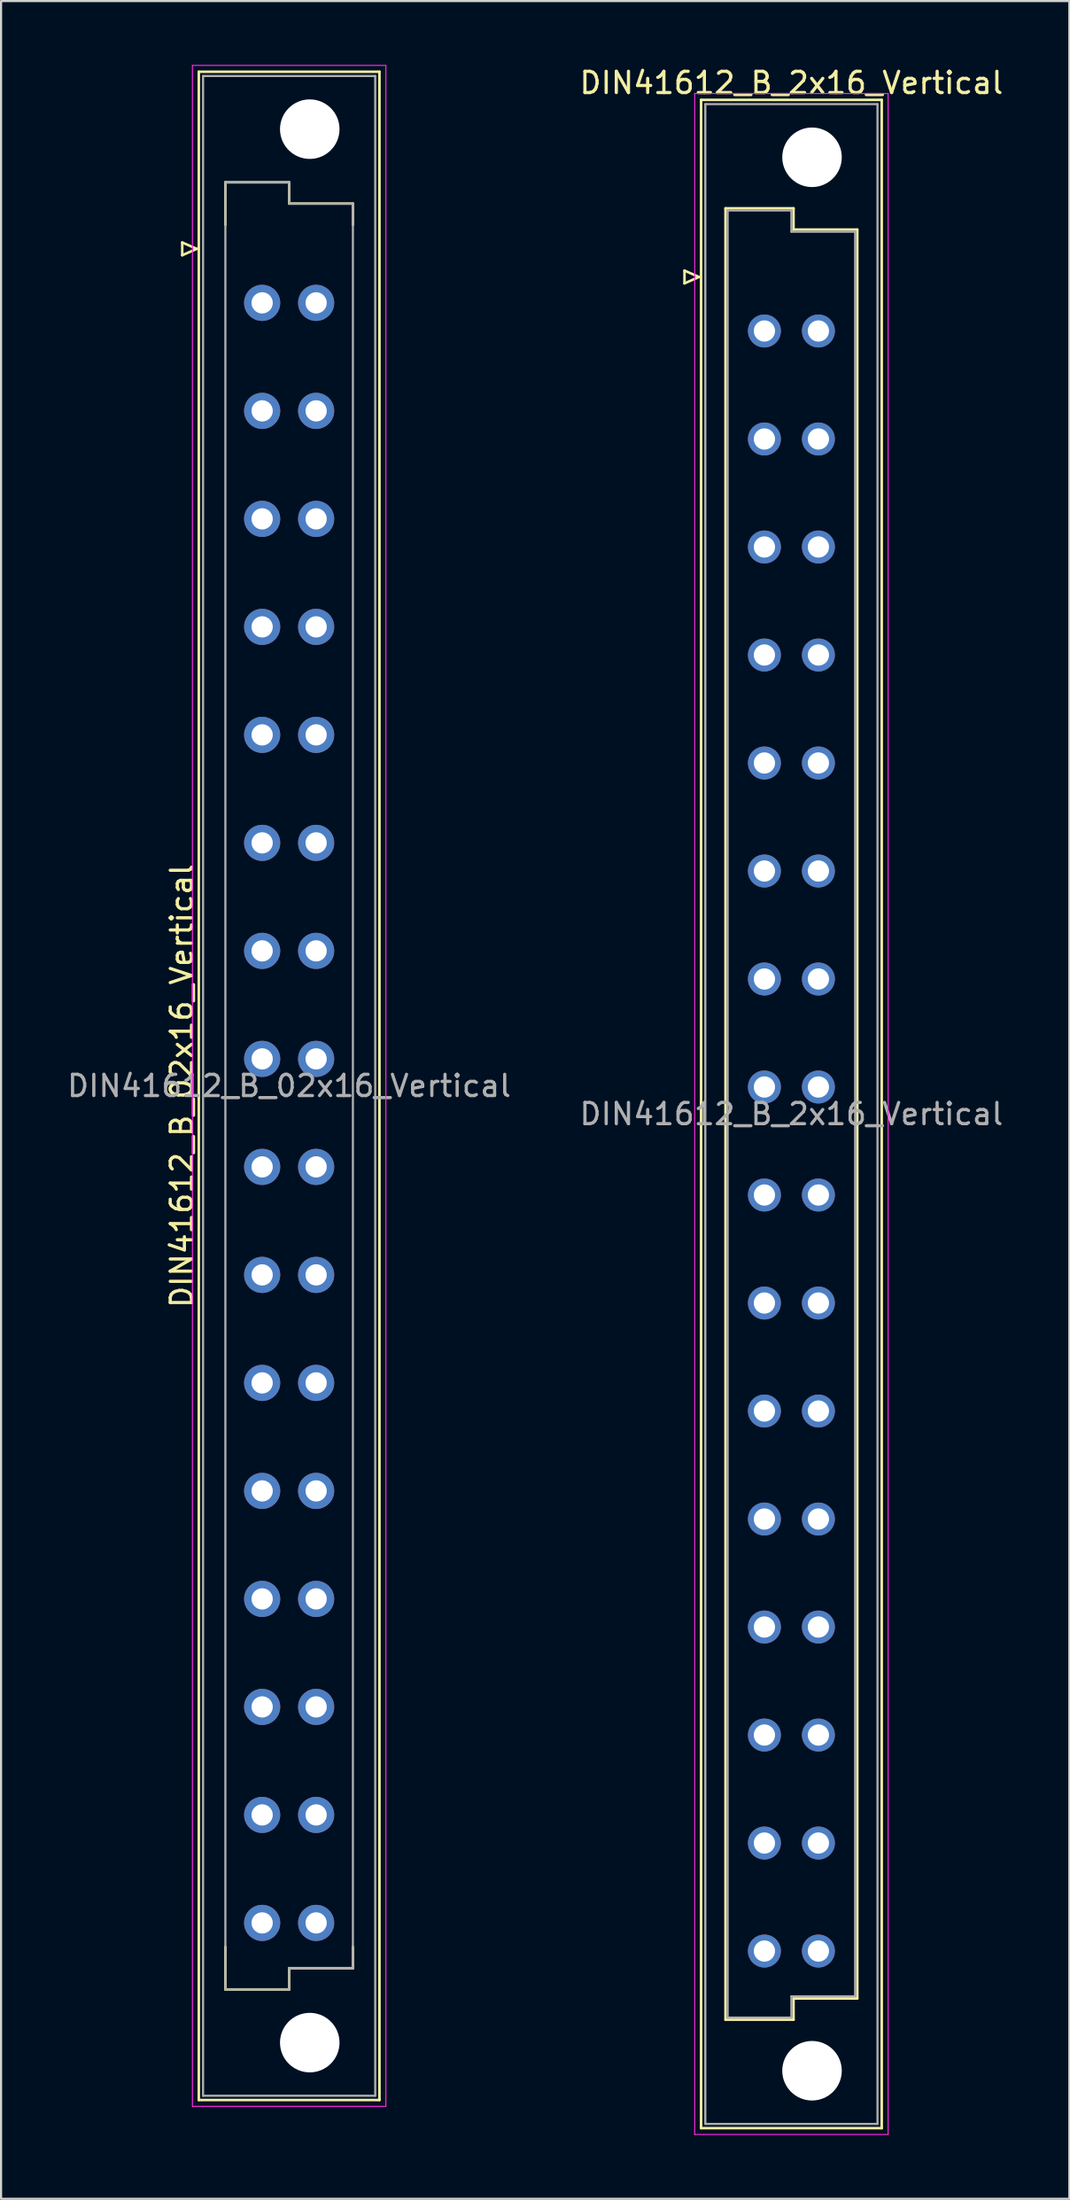
<source format=kicad_pcb>
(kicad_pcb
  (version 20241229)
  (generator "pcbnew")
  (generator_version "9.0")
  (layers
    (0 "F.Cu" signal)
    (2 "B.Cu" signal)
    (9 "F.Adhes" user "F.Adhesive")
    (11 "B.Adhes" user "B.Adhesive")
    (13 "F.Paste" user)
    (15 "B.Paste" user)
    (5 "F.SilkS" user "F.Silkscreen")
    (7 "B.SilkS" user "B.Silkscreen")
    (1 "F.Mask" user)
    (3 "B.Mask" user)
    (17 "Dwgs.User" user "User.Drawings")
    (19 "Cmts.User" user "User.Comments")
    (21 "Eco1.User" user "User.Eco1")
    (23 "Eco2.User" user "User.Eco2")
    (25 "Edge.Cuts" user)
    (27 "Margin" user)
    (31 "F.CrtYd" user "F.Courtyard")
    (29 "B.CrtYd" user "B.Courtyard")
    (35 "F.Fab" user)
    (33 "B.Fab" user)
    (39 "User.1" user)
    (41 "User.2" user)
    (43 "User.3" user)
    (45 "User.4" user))
  (footprint "DIN41612_B_2x16_Vertical"
    (layer "F.Cu")
    (at 32.915 9.978)
    (property "Reference" "DIN41612_B_2x16_Vertical" (at 1.27 -9.13 0) (layer "F.SilkS") (effects (font (size 1 1) (thickness 0.15))))
    (attr through_hole)
    (fp_line (start -3.76 -0.3) (end -3.76 0.3) (stroke (width 0.12) (type solid)) (layer "F.SilkS"))
    (fp_line (start -3.76 0.3) (end -3.08 0) (stroke (width 0.12) (type solid)) (layer "F.SilkS"))
    (fp_line (start -3.08 0) (end -3.76 -0.3) (stroke (width 0.12) (type solid)) (layer "F.SilkS"))
    (fp_line (start -2.98 -8.33) (end 5.52 -8.33) (stroke (width 0.12) (type solid)) (layer "F.SilkS"))
    (fp_line (start -2.98 87.07) (end -2.98 -8.33) (stroke (width 0.12) (type solid)) (layer "F.SilkS"))
    (fp_line (start -1.83 -3.23) (end 1.37 -3.23) (stroke (width 0.12) (type solid)) (layer "F.SilkS"))
    (fp_line (start -1.83 81.97) (end -1.83 -3.23) (stroke (width 0.12) (type solid)) (layer "F.SilkS"))
    (fp_line (start 1.37 -3.23) (end 1.37 -2.23) (stroke (width 0.12) (type solid)) (layer "F.SilkS"))
    (fp_line (start 1.37 -2.23) (end 4.37 -2.23) (stroke (width 0.12) (type solid)) (layer "F.SilkS"))
    (fp_line (start 1.37 80.97) (end 1.37 81.97) (stroke (width 0.12) (type solid)) (layer "F.SilkS"))
    (fp_line (start 1.37 81.97) (end -1.83 81.97) (stroke (width 0.12) (type solid)) (layer "F.SilkS"))
    (fp_line (start 4.37 -2.23) (end 4.37 80.97) (stroke (width 0.12) (type solid)) (layer "F.SilkS"))
    (fp_line (start 4.37 80.97) (end 1.37 80.97) (stroke (width 0.12) (type solid)) (layer "F.SilkS"))
    (fp_line (start 5.52 -8.33) (end 5.52 87.07) (stroke (width 0.12) (type solid)) (layer "F.SilkS"))
    (fp_line (start 5.52 87.07) (end -2.98 87.07) (stroke (width 0.12) (type solid)) (layer "F.SilkS"))
    (fp_line (start -3.28 -8.63) (end 5.82 -8.63) (stroke (width 0.05) (type solid)) (layer "F.CrtYd"))
    (fp_line (start -3.28 87.37) (end -3.28 -8.63) (stroke (width 0.05) (type solid)) (layer "F.CrtYd"))
    (fp_line (start 5.82 -8.63) (end 5.82 87.37) (stroke (width 0.05) (type solid)) (layer "F.CrtYd"))
    (fp_line (start 5.82 87.37) (end -3.28 87.37) (stroke (width 0.05) (type solid)) (layer "F.CrtYd"))
    (fp_line (start -2.78 -8.13) (end 5.32 -8.13) (stroke (width 0.1) (type solid)) (layer "F.Fab"))
    (fp_line (start -2.78 86.87) (end -2.78 -8.13) (stroke (width 0.1) (type solid)) (layer "F.Fab"))
    (fp_line (start -1.73 -3.13) (end 1.27 -3.13) (stroke (width 0.1) (type solid)) (layer "F.Fab"))
    (fp_line (start -1.73 81.87) (end -1.73 -3.13) (stroke (width 0.1) (type solid)) (layer "F.Fab"))
    (fp_line (start 1.27 -3.13) (end 1.27 -2.13) (stroke (width 0.1) (type solid)) (layer "F.Fab"))
    (fp_line (start 1.27 -2.13) (end 4.27 -2.13) (stroke (width 0.1) (type solid)) (layer "F.Fab"))
    (fp_line (start 1.27 80.87) (end 1.27 81.87) (stroke (width 0.1) (type solid)) (layer "F.Fab"))
    (fp_line (start 1.27 81.87) (end -1.73 81.87) (stroke (width 0.1) (type solid)) (layer "F.Fab"))
    (fp_line (start 4.27 -2.13) (end 4.27 80.87) (stroke (width 0.1) (type solid)) (layer "F.Fab"))
    (fp_line (start 4.27 80.87) (end 1.27 80.87) (stroke (width 0.1) (type solid)) (layer "F.Fab"))
    (fp_line (start 5.32 -8.13) (end 5.32 86.87) (stroke (width 0.1) (type solid)) (layer "F.Fab"))
    (fp_line (start 5.32 86.87) (end -2.78 86.87) (stroke (width 0.1) (type solid)) (layer "F.Fab"))
    (fp_text user "${REFERENCE}" (at 1.27 39.37 0) (layer "F.Fab") (effects (font (size 1 1) (thickness 0.15))))
    (pad "" np_thru_hole circle (at 2.24 -5.63) (size 2.8 2.8) (drill 2.8) (layers "*.Cu" "*.Mask"))
    (pad "" np_thru_hole circle (at 2.24 84.37) (size 2.8 2.8) (drill 2.8) (layers "*.Cu" "*.Mask"))
    (pad "a2" thru_hole circle (at 0 2.54) (size 1.55 1.55) (drill 1) (layers "*.Cu" "*.Mask"))
    (pad "a4" thru_hole circle (at 0 7.62) (size 1.55 1.55) (drill 1) (layers "*.Cu" "*.Mask"))
    (pad "a6" thru_hole circle (at 0 12.7) (size 1.55 1.55) (drill 1) (layers "*.Cu" "*.Mask"))
    (pad "a8" thru_hole circle (at 0 17.78) (size 1.55 1.55) (drill 1) (layers "*.Cu" "*.Mask"))
    (pad "a10" thru_hole circle (at 0 22.86) (size 1.55 1.55) (drill 1) (layers "*.Cu" "*.Mask"))
    (pad "a12" thru_hole circle (at 0 27.94) (size 1.55 1.55) (drill 1) (layers "*.Cu" "*.Mask"))
    (pad "a14" thru_hole circle (at 0 33.02) (size 1.55 1.55) (drill 1) (layers "*.Cu" "*.Mask"))
    (pad "a16" thru_hole circle (at 0 38.1) (size 1.55 1.55) (drill 1) (layers "*.Cu" "*.Mask"))
    (pad "a18" thru_hole circle (at 0 43.18) (size 1.55 1.55) (drill 1) (layers "*.Cu" "*.Mask"))
    (pad "a20" thru_hole circle (at 0 48.26) (size 1.55 1.55) (drill 1) (layers "*.Cu" "*.Mask"))
    (pad "a22" thru_hole circle (at 0 53.34) (size 1.55 1.55) (drill 1) (layers "*.Cu" "*.Mask"))
    (pad "a24" thru_hole circle (at 0 58.42) (size 1.55 1.55) (drill 1) (layers "*.Cu" "*.Mask"))
    (pad "a26" thru_hole circle (at 0 63.5) (size 1.55 1.55) (drill 1) (layers "*.Cu" "*.Mask"))
    (pad "a28" thru_hole circle (at 0 68.58) (size 1.55 1.55) (drill 1) (layers "*.Cu" "*.Mask"))
    (pad "a30" thru_hole circle (at 0 73.66) (size 1.55 1.55) (drill 1) (layers "*.Cu" "*.Mask"))
    (pad "a32" thru_hole circle (at 0 78.74) (size 1.55 1.55) (drill 1) (layers "*.Cu" "*.Mask"))
    (pad "b2" thru_hole circle (at 2.54 2.54) (size 1.55 1.55) (drill 1) (layers "*.Cu" "*.Mask"))
    (pad "b4" thru_hole circle (at 2.54 7.62) (size 1.55 1.55) (drill 1) (layers "*.Cu" "*.Mask"))
    (pad "b6" thru_hole circle (at 2.54 12.7) (size 1.55 1.55) (drill 1) (layers "*.Cu" "*.Mask"))
    (pad "b8" thru_hole circle (at 2.54 17.78) (size 1.55 1.55) (drill 1) (layers "*.Cu" "*.Mask"))
    (pad "b10" thru_hole circle (at 2.54 22.86) (size 1.55 1.55) (drill 1) (layers "*.Cu" "*.Mask"))
    (pad "b12" thru_hole circle (at 2.54 27.94) (size 1.55 1.55) (drill 1) (layers "*.Cu" "*.Mask"))
    (pad "b14" thru_hole circle (at 2.54 33.02) (size 1.55 1.55) (drill 1) (layers "*.Cu" "*.Mask"))
    (pad "b16" thru_hole circle (at 2.54 38.1) (size 1.55 1.55) (drill 1) (layers "*.Cu" "*.Mask"))
    (pad "b18" thru_hole circle (at 2.54 43.18) (size 1.55 1.55) (drill 1) (layers "*.Cu" "*.Mask"))
    (pad "b20" thru_hole circle (at 2.54 48.26) (size 1.55 1.55) (drill 1) (layers "*.Cu" "*.Mask"))
    (pad "b22" thru_hole circle (at 2.54 53.34) (size 1.55 1.55) (drill 1) (layers "*.Cu" "*.Mask"))
    (pad "b24" thru_hole circle (at 2.54 58.42) (size 1.55 1.55) (drill 1) (layers "*.Cu" "*.Mask"))
    (pad "b26" thru_hole circle (at 2.54 63.5) (size 1.55 1.55) (drill 1) (layers "*.Cu" "*.Mask"))
    (pad "b28" thru_hole circle (at 2.54 68.58) (size 1.55 1.55) (drill 1) (layers "*.Cu" "*.Mask"))
    (pad "b30" thru_hole circle (at 2.54 73.66) (size 1.55 1.55) (drill 1) (layers "*.Cu" "*.Mask"))
    (pad "b32" thru_hole circle (at 2.54 78.74) (size 1.55 1.55) (drill 1) (layers "*.Cu" "*.Mask")))
  (footprint "DIN41612_B_02x16_Vertical"
    (layer "F.Cu")
    (at 9.284 8.655)
    (property "Reference" "DIN41612_B_02x16_Vertical" (at -3.78 39.37 90) (layer "F.SilkS") (effects (font (size 1 1) (thickness 0.15))))
    (attr through_hole)
    (fp_line (start -3.76 -0.3) (end -3.76 0.3) (stroke (width 0.12) (type solid)) (layer "F.SilkS"))
    (fp_line (start -3.76 0.3) (end -3.08 0) (stroke (width 0.12) (type solid)) (layer "F.SilkS"))
    (fp_line (start -3.08 0) (end -3.76 -0.3) (stroke (width 0.12) (type solid)) (layer "F.SilkS"))
    (fp_line (start -2.98 -8.33) (end 5.52 -8.33) (stroke (width 0.12) (type solid)) (layer "F.SilkS"))
    (fp_line (start -2.98 87.07) (end -2.98 -8.33) (stroke (width 0.12) (type solid)) (layer "F.SilkS"))
    (fp_line (start -1.73 -3.13) (end 1.27 -3.13) (stroke (width 0.12) (type solid)) (layer "F.SilkS"))
    (fp_line (start -1.73 -1.13) (end -1.73 -3.13) (stroke (width 0.12) (type solid)) (layer "F.SilkS"))
    (fp_line (start -1.73 79.87) (end -1.73 81.87) (stroke (width 0.12) (type solid)) (layer "F.SilkS"))
    (fp_line (start -1.73 81.87) (end 1.27 81.87) (stroke (width 0.12) (type solid)) (layer "F.SilkS"))
    (fp_line (start 1.27 -3.13) (end 1.27 -2.13) (stroke (width 0.12) (type solid)) (layer "F.SilkS"))
    (fp_line (start 1.27 -2.13) (end 4.27 -2.13) (stroke (width 0.12) (type solid)) (layer "F.SilkS"))
    (fp_line (start 1.27 80.87) (end 4.27 80.87) (stroke (width 0.12) (type solid)) (layer "F.SilkS"))
    (fp_line (start 1.27 81.87) (end 1.27 80.87) (stroke (width 0.12) (type solid)) (layer "F.SilkS"))
    (fp_line (start 4.27 -2.13) (end 4.27 -1.13) (stroke (width 0.12) (type solid)) (layer "F.SilkS"))
    (fp_line (start 4.27 80.87) (end 4.27 79.87) (stroke (width 0.12) (type solid)) (layer "F.SilkS"))
    (fp_line (start 5.52 -8.33) (end 5.52 87.07) (stroke (width 0.12) (type solid)) (layer "F.SilkS"))
    (fp_line (start 5.52 87.07) (end -2.98 87.07) (stroke (width 0.12) (type solid)) (layer "F.SilkS"))
    (fp_line (start -3.28 -8.63) (end 5.82 -8.63) (stroke (width 0.05) (type solid)) (layer "F.CrtYd"))
    (fp_line (start -3.28 87.37) (end -3.28 -8.63) (stroke (width 0.05) (type solid)) (layer "F.CrtYd"))
    (fp_line (start 5.82 -8.63) (end 5.82 87.37) (stroke (width 0.05) (type solid)) (layer "F.CrtYd"))
    (fp_line (start 5.82 87.37) (end -3.28 87.37) (stroke (width 0.05) (type solid)) (layer "F.CrtYd"))
    (fp_line (start -2.78 -8.13) (end 5.32 -8.13) (stroke (width 0.1) (type solid)) (layer "F.Fab"))
    (fp_line (start -2.78 86.87) (end -2.78 -8.13) (stroke (width 0.1) (type solid)) (layer "F.Fab"))
    (fp_line (start -1.73 -3.13) (end 1.27 -3.13) (stroke (width 0.1) (type solid)) (layer "F.Fab"))
    (fp_line (start -1.73 81.87) (end -1.73 -3.13) (stroke (width 0.1) (type solid)) (layer "F.Fab"))
    (fp_line (start 1.27 -3.13) (end 1.27 -2.13) (stroke (width 0.1) (type solid)) (layer "F.Fab"))
    (fp_line (start 1.27 -2.13) (end 4.27 -2.13) (stroke (width 0.1) (type solid)) (layer "F.Fab"))
    (fp_line (start 1.27 80.87) (end 1.27 81.87) (stroke (width 0.1) (type solid)) (layer "F.Fab"))
    (fp_line (start 1.27 81.87) (end -1.73 81.87) (stroke (width 0.1) (type solid)) (layer "F.Fab"))
    (fp_line (start 4.27 -2.13) (end 4.27 80.87) (stroke (width 0.1) (type solid)) (layer "F.Fab"))
    (fp_line (start 4.27 80.87) (end 1.27 80.87) (stroke (width 0.1) (type solid)) (layer "F.Fab"))
    (fp_line (start 5.32 -8.13) (end 5.32 86.87) (stroke (width 0.1) (type solid)) (layer "F.Fab"))
    (fp_line (start 5.32 86.87) (end -2.78 86.87) (stroke (width 0.1) (type solid)) (layer "F.Fab"))
    (fp_text user "${REFERENCE}" (at 1.27 39.37 0) (layer "F.Fab") (effects (font (size 1 1) (thickness 0.15))))
    (pad "" np_thru_hole circle (at 2.24 -5.63) (size 2.8 2.8) (drill 2.8) (layers "*.Cu" "*.Mask"))
    (pad "" np_thru_hole circle (at 2.24 84.37) (size 2.8 2.8) (drill 2.8) (layers "*.Cu" "*.Mask"))
    (pad "a2" thru_hole circle (at 0 2.54) (size 1.7 1.7) (drill 1) (layers "*.Cu" "*.Mask"))
    (pad "a4" thru_hole circle (at 0 7.62) (size 1.7 1.7) (drill 1) (layers "*.Cu" "*.Mask"))
    (pad "a6" thru_hole circle (at 0 12.7) (size 1.7 1.7) (drill 1) (layers "*.Cu" "*.Mask"))
    (pad "a8" thru_hole circle (at 0 17.78) (size 1.7 1.7) (drill 1) (layers "*.Cu" "*.Mask"))
    (pad "a10" thru_hole circle (at 0 22.86) (size 1.7 1.7) (drill 1) (layers "*.Cu" "*.Mask"))
    (pad "a12" thru_hole circle (at 0 27.94) (size 1.7 1.7) (drill 1) (layers "*.Cu" "*.Mask"))
    (pad "a14" thru_hole circle (at 0 33.02) (size 1.7 1.7) (drill 1) (layers "*.Cu" "*.Mask"))
    (pad "a16" thru_hole circle (at 0 38.1) (size 1.7 1.7) (drill 1) (layers "*.Cu" "*.Mask"))
    (pad "a18" thru_hole circle (at 0 43.18) (size 1.7 1.7) (drill 1) (layers "*.Cu" "*.Mask"))
    (pad "a20" thru_hole circle (at 0 48.26) (size 1.7 1.7) (drill 1) (layers "*.Cu" "*.Mask"))
    (pad "a22" thru_hole circle (at 0 53.34) (size 1.7 1.7) (drill 1) (layers "*.Cu" "*.Mask"))
    (pad "a24" thru_hole circle (at 0 58.42) (size 1.7 1.7) (drill 1) (layers "*.Cu" "*.Mask"))
    (pad "a26" thru_hole circle (at 0 63.5) (size 1.7 1.7) (drill 1) (layers "*.Cu" "*.Mask"))
    (pad "a28" thru_hole circle (at 0 68.58) (size 1.7 1.7) (drill 1) (layers "*.Cu" "*.Mask"))
    (pad "a30" thru_hole circle (at 0 73.66) (size 1.7 1.7) (drill 1) (layers "*.Cu" "*.Mask"))
    (pad "a32" thru_hole circle (at 0 78.74) (size 1.7 1.7) (drill 1) (layers "*.Cu" "*.Mask"))
    (pad "b2" thru_hole circle (at 2.54 2.54) (size 1.7 1.7) (drill 1) (layers "*.Cu" "*.Mask"))
    (pad "b4" thru_hole circle (at 2.54 7.62) (size 1.7 1.7) (drill 1) (layers "*.Cu" "*.Mask"))
    (pad "b6" thru_hole circle (at 2.54 12.7) (size 1.7 1.7) (drill 1) (layers "*.Cu" "*.Mask"))
    (pad "b8" thru_hole circle (at 2.54 17.78) (size 1.7 1.7) (drill 1) (layers "*.Cu" "*.Mask"))
    (pad "b10" thru_hole circle (at 2.54 22.86) (size 1.7 1.7) (drill 1) (layers "*.Cu" "*.Mask"))
    (pad "b12" thru_hole circle (at 2.54 27.94) (size 1.7 1.7) (drill 1) (layers "*.Cu" "*.Mask"))
    (pad "b14" thru_hole circle (at 2.54 33.02) (size 1.7 1.7) (drill 1) (layers "*.Cu" "*.Mask"))
    (pad "b16" thru_hole circle (at 2.54 38.1) (size 1.7 1.7) (drill 1) (layers "*.Cu" "*.Mask"))
    (pad "b18" thru_hole circle (at 2.54 43.18) (size 1.7 1.7) (drill 1) (layers "*.Cu" "*.Mask"))
    (pad "b20" thru_hole circle (at 2.54 48.26) (size 1.7 1.7) (drill 1) (layers "*.Cu" "*.Mask"))
    (pad "b22" thru_hole circle (at 2.54 53.34) (size 1.7 1.7) (drill 1) (layers "*.Cu" "*.Mask"))
    (pad "b24" thru_hole circle (at 2.54 58.42) (size 1.7 1.7) (drill 1) (layers "*.Cu" "*.Mask"))
    (pad "b26" thru_hole circle (at 2.54 63.5) (size 1.7 1.7) (drill 1) (layers "*.Cu" "*.Mask"))
    (pad "b28" thru_hole circle (at 2.54 68.58) (size 1.7 1.7) (drill 1) (layers "*.Cu" "*.Mask"))
    (pad "b30" thru_hole circle (at 2.54 73.66) (size 1.7 1.7) (drill 1) (layers "*.Cu" "*.Mask"))
    (pad "b32" thru_hole circle (at 2.54 78.74) (size 1.7 1.7) (drill 1) (layers "*.Cu" "*.Mask")))
  (gr_rect
    (start -3 -3)
    (end 47.262 100.373)
    (stroke (width 0.1) (type default))
    (fill no)
    (layer "Edge.Cuts")))
</source>
